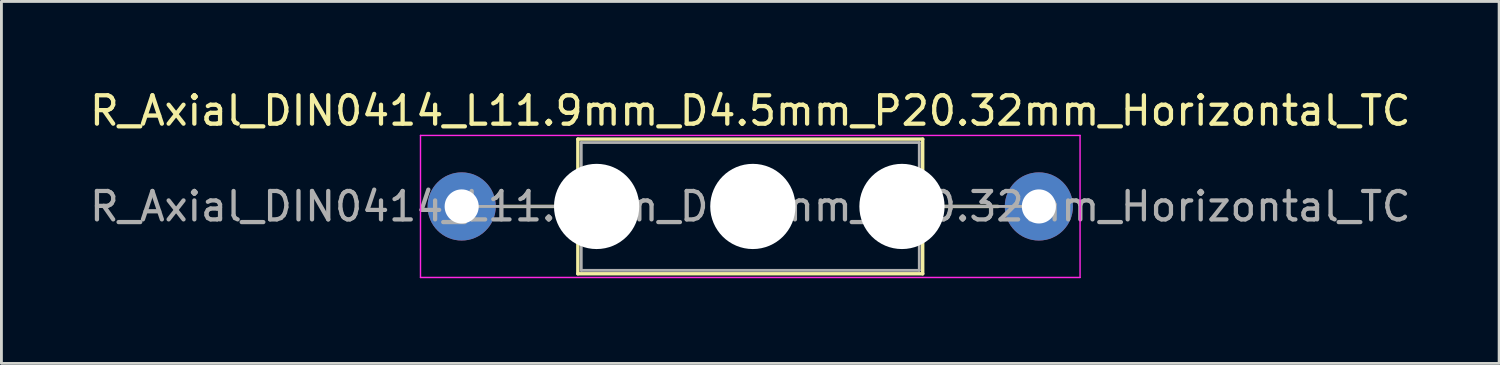
<source format=kicad_pcb>
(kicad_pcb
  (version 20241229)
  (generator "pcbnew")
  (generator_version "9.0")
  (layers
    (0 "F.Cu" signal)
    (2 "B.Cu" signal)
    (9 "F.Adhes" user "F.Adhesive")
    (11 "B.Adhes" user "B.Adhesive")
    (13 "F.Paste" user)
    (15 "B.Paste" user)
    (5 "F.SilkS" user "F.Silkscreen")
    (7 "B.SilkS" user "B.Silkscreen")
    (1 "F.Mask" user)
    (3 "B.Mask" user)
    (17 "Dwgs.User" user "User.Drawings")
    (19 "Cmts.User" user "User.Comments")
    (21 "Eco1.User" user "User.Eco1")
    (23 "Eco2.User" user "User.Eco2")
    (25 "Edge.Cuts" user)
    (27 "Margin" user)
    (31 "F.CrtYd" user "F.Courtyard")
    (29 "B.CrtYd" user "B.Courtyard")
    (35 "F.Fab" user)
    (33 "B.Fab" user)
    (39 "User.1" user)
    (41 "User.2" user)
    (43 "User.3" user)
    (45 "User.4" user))
  (footprint "R_Axial_DIN0414_L11.9mm_D4.5mm_P20.32mm_Horizontal_TC"
    (layer "F.Cu")
    (at 13.203 4.218)
    (property "Reference" "R_Axial_DIN0414_L11.9mm_D4.5mm_P20.32mm_Horizontal_TC" (at 10.16 -3.37 0) (layer "F.SilkS") (effects (font (size 1 1) (thickness 0.15))))
    (attr through_hole)
    (fp_line (start 1.44 0) (end 4.09 0) (stroke (width 0.12) (type solid)) (layer "F.SilkS"))
    (fp_line (start 4.09 -2.37) (end 4.09 2.37) (stroke (width 0.12) (type solid)) (layer "F.SilkS"))
    (fp_line (start 4.09 2.37) (end 16.23 2.37) (stroke (width 0.12) (type solid)) (layer "F.SilkS"))
    (fp_line (start 16.23 -2.37) (end 4.09 -2.37) (stroke (width 0.12) (type solid)) (layer "F.SilkS"))
    (fp_line (start 16.23 2.37) (end 16.23 -2.37) (stroke (width 0.12) (type solid)) (layer "F.SilkS"))
    (fp_line (start 18.88 0) (end 16.23 0) (stroke (width 0.12) (type solid)) (layer "F.SilkS"))
    (fp_line (start -1.45 -2.5) (end -1.45 2.5) (stroke (width 0.05) (type solid)) (layer "F.CrtYd"))
    (fp_line (start -1.45 2.5) (end 21.77 2.5) (stroke (width 0.05) (type solid)) (layer "F.CrtYd"))
    (fp_line (start 21.77 -2.5) (end -1.45 -2.5) (stroke (width 0.05) (type solid)) (layer "F.CrtYd"))
    (fp_line (start 21.77 2.5) (end 21.77 -2.5) (stroke (width 0.05) (type solid)) (layer "F.CrtYd"))
    (fp_line (start 0 0) (end 4.21 0) (stroke (width 0.1) (type solid)) (layer "F.Fab"))
    (fp_line (start 4.21 -2.25) (end 4.21 2.25) (stroke (width 0.1) (type solid)) (layer "F.Fab"))
    (fp_line (start 4.21 2.25) (end 16.11 2.25) (stroke (width 0.1) (type solid)) (layer "F.Fab"))
    (fp_line (start 16.11 -2.25) (end 4.21 -2.25) (stroke (width 0.1) (type solid)) (layer "F.Fab"))
    (fp_line (start 16.11 2.25) (end 16.11 -2.25) (stroke (width 0.1) (type solid)) (layer "F.Fab"))
    (fp_line (start 20.32 0) (end 16.11 0) (stroke (width 0.1) (type solid)) (layer "F.Fab"))
    (fp_text user "${REFERENCE}" (at 10.16 0 0) (layer "F.Fab") (effects (font (size 1 1) (thickness 0.15))))
    (pad "" np_thru_hole circle (at 4.75 0) (size 3 3) (drill 3) (layers "*.Cu" "*.Mask"))
    (pad "" np_thru_hole circle (at 10.25 0) (size 3 3) (drill 3) (layers "*.Cu" "*.Mask"))
    (pad "" np_thru_hole circle (at 15.5 0) (size 3 3) (drill 3) (layers "*.Cu" "*.Mask"))
    (pad "1" thru_hole circle (at 0 0) (size 2.4 2.4) (drill 1.2) (layers "*.Cu" "*.Mask"))
    (pad "2" thru_hole oval (at 20.32 0) (size 2.4 2.4) (drill 1.2) (layers "*.Cu" "*.Mask")))
  (gr_rect
    (start -3 -3)
    (end 49.726 9.743)
    (stroke (width 0.1) (type default))
    (fill no)
    (layer "Edge.Cuts")))
</source>
